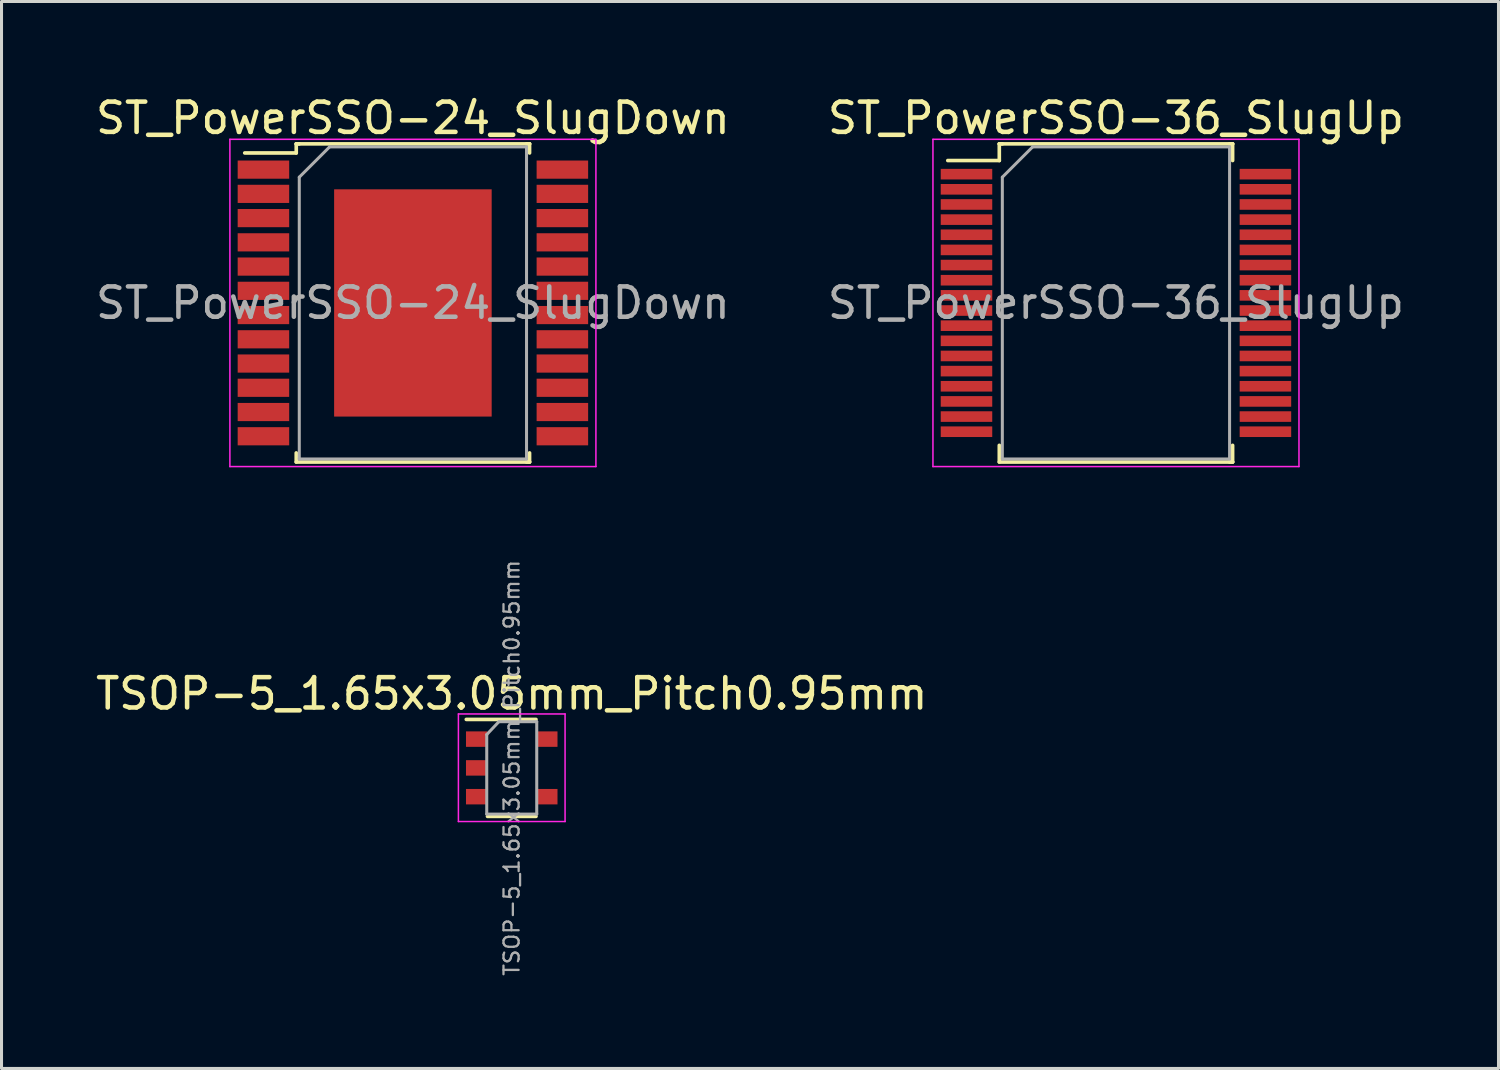
<source format=kicad_pcb>
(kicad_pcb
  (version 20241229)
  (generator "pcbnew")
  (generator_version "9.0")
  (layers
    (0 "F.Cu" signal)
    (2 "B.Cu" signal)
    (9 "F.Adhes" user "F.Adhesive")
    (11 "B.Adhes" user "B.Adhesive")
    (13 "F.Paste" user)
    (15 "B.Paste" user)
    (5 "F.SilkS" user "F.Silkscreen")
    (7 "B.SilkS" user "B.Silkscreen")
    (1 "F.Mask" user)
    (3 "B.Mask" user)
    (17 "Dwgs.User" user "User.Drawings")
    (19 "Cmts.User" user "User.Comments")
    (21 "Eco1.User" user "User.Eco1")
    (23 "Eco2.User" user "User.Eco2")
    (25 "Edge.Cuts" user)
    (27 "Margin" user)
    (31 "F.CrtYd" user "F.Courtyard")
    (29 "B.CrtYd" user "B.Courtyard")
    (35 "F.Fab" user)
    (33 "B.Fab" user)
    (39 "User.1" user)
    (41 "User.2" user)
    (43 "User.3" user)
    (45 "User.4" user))
  (footprint "ST_PowerSSO-24_SlugDown"
    (layer "F.Cu")
    (at 10.577 6.948)
    (property "Reference" "ST_PowerSSO-24_SlugDown" (at 0 -6.1 0) (layer "F.SilkS") (effects (font (size 1 1) (thickness 0.15))))
    (attr smd)
    (fp_line (start -3.85 -5.25) (end -3.85 -4.95) (stroke (width 0.12) (type solid)) (layer "F.SilkS"))
    (fp_line (start -3.85 -4.95) (end -5.55 -4.95) (stroke (width 0.12) (type solid)) (layer "F.SilkS"))
    (fp_line (start -3.85 5.25) (end -3.85 4.95) (stroke (width 0.12) (type solid)) (layer "F.SilkS"))
    (fp_line (start -3.75 -5.25) (end -3.85 -5.25) (stroke (width 0.12) (type solid)) (layer "F.SilkS"))
    (fp_line (start 3.75 -5.25) (end 3.85 -5.25) (stroke (width 0.12) (type solid)) (layer "F.SilkS"))
    (fp_line (start 3.75 5.25) (end 3.85 5.25) (stroke (width 0.12) (type solid)) (layer "F.SilkS"))
    (fp_line (start 3.85 -5.25) (end -3.85 -5.25) (stroke (width 0.12) (type solid)) (layer "F.SilkS"))
    (fp_line (start 3.85 -5.25) (end 3.85 -4.95) (stroke (width 0.12) (type solid)) (layer "F.SilkS"))
    (fp_line (start 3.85 5.25) (end -3.85 5.25) (stroke (width 0.12) (type solid)) (layer "F.SilkS"))
    (fp_line (start 3.85 5.25) (end 3.85 4.95) (stroke (width 0.12) (type solid)) (layer "F.SilkS"))
    (fp_line (start -6.04 -5.4) (end -6.04 5.4) (stroke (width 0.05) (type solid)) (layer "F.CrtYd"))
    (fp_line (start -6.04 -5.4) (end 6.04 -5.4) (stroke (width 0.05) (type solid)) (layer "F.CrtYd"))
    (fp_line (start 6.04 5.4) (end -6.04 5.4) (stroke (width 0.05) (type solid)) (layer "F.CrtYd"))
    (fp_line (start 6.04 5.4) (end 6.04 -5.4) (stroke (width 0.05) (type solid)) (layer "F.CrtYd"))
    (fp_line (start -3.75 -4.15) (end -3.75 5.15) (stroke (width 0.1) (type solid)) (layer "F.Fab"))
    (fp_line (start -3.75 5.15) (end 3.75 5.15) (stroke (width 0.1) (type solid)) (layer "F.Fab"))
    (fp_line (start -2.75 -5.15) (end -3.75 -4.15) (stroke (width 0.1) (type solid)) (layer "F.Fab"))
    (fp_line (start 3.75 -5.15) (end -2.75 -5.15) (stroke (width 0.1) (type solid)) (layer "F.Fab"))
    (fp_line (start 3.75 5.15) (end 3.75 -5.15) (stroke (width 0.1) (type solid)) (layer "F.Fab"))
    (fp_text user "${REFERENCE}" (at 0 0 0) (layer "F.Fab") (effects (font (size 1 1) (thickness 0.15))))
    (pad "1" smd rect (at -4.933 -4.4) (size 1.7 0.6) (layers "F.Cu" "F.Mask" "F.Paste"))
    (pad "2" smd rect (at -4.933 -3.6) (size 1.7 0.6) (layers "F.Cu" "F.Mask" "F.Paste"))
    (pad "3" smd rect (at -4.933 -2.8) (size 1.7 0.6) (layers "F.Cu" "F.Mask" "F.Paste"))
    (pad "4" smd rect (at -4.933 -2) (size 1.7 0.6) (layers "F.Cu" "F.Mask" "F.Paste"))
    (pad "5" smd rect (at -4.933 -1.2) (size 1.7 0.6) (layers "F.Cu" "F.Mask" "F.Paste"))
    (pad "6" smd rect (at -4.933 -0.4) (size 1.7 0.6) (layers "F.Cu" "F.Mask" "F.Paste"))
    (pad "7" smd rect (at -4.933 0.4) (size 1.7 0.6) (layers "F.Cu" "F.Mask" "F.Paste"))
    (pad "8" smd rect (at -4.933 1.2) (size 1.7 0.6) (layers "F.Cu" "F.Mask" "F.Paste"))
    (pad "9" smd rect (at -4.933 2) (size 1.7 0.6) (layers "F.Cu" "F.Mask" "F.Paste"))
    (pad "10" smd rect (at -4.933 2.8) (size 1.7 0.6) (layers "F.Cu" "F.Mask" "F.Paste"))
    (pad "11" smd rect (at -4.933 3.6) (size 1.7 0.6) (layers "F.Cu" "F.Mask" "F.Paste"))
    (pad "12" smd rect (at -4.933 4.4) (size 1.7 0.6) (layers "F.Cu" "F.Mask" "F.Paste"))
    (pad "13" smd rect (at 4.933 4.4) (size 1.7 0.6) (layers "F.Cu" "F.Mask" "F.Paste"))
    (pad "14" smd rect (at 4.933 3.6) (size 1.7 0.6) (layers "F.Cu" "F.Mask" "F.Paste"))
    (pad "15" smd rect (at 4.933 2.8) (size 1.7 0.6) (layers "F.Cu" "F.Mask" "F.Paste"))
    (pad "16" smd rect (at 4.933 2) (size 1.7 0.6) (layers "F.Cu" "F.Mask" "F.Paste"))
    (pad "17" smd rect (at 4.933 1.2) (size 1.7 0.6) (layers "F.Cu" "F.Mask" "F.Paste"))
    (pad "18" smd rect (at 4.933 0.4) (size 1.7 0.6) (layers "F.Cu" "F.Mask" "F.Paste"))
    (pad "19" smd rect (at 4.933 -0.4) (size 1.7 0.6) (layers "F.Cu" "F.Mask" "F.Paste"))
    (pad "20" smd rect (at 4.933 -1.2) (size 1.7 0.6) (layers "F.Cu" "F.Mask" "F.Paste"))
    (pad "21" smd rect (at 4.933 -2) (size 1.7 0.6) (layers "F.Cu" "F.Mask" "F.Paste"))
    (pad "22" smd rect (at 4.933 -2.8) (size 1.7 0.6) (layers "F.Cu" "F.Mask" "F.Paste"))
    (pad "23" smd rect (at 4.933 -3.6) (size 1.7 0.6) (layers "F.Cu" "F.Mask" "F.Paste"))
    (pad "24" smd rect (at 4.933 -4.4) (size 1.7 0.6) (layers "F.Cu" "F.Mask" "F.Paste"))
    (pad "25" smd rect (at 0 0) (size 5.2 7.5) (layers "F.Cu" "F.Mask" "F.Paste")))
  (footprint "ST_PowerSSO-36_SlugUp"
    (layer "F.Cu")
    (at 33.78 6.948)
    (property "Reference" "ST_PowerSSO-36_SlugUp" (at 0 -6.1 0) (layer "F.SilkS") (effects (font (size 1 1) (thickness 0.15))))
    (attr smd)
    (fp_line (start -3.85 -5.25) (end -3.85 -4.7) (stroke (width 0.12) (type solid)) (layer "F.SilkS"))
    (fp_line (start -3.85 -4.7) (end -5.55 -4.7) (stroke (width 0.12) (type solid)) (layer "F.SilkS"))
    (fp_line (start -3.85 5.25) (end -3.85 4.7) (stroke (width 0.12) (type solid)) (layer "F.SilkS"))
    (fp_line (start -3.75 -5.25) (end -3.85 -5.25) (stroke (width 0.12) (type solid)) (layer "F.SilkS"))
    (fp_line (start 3.75 -5.25) (end 3.85 -5.25) (stroke (width 0.12) (type solid)) (layer "F.SilkS"))
    (fp_line (start 3.75 5.25) (end 3.85 5.25) (stroke (width 0.12) (type solid)) (layer "F.SilkS"))
    (fp_line (start 3.85 -5.25) (end -3.85 -5.25) (stroke (width 0.12) (type solid)) (layer "F.SilkS"))
    (fp_line (start 3.85 -5.25) (end 3.85 -4.7) (stroke (width 0.12) (type solid)) (layer "F.SilkS"))
    (fp_line (start 3.85 5.25) (end -3.85 5.25) (stroke (width 0.12) (type solid)) (layer "F.SilkS"))
    (fp_line (start 3.85 5.25) (end 3.85 4.7) (stroke (width 0.12) (type solid)) (layer "F.SilkS"))
    (fp_line (start -6.04 -5.4) (end -6.04 5.4) (stroke (width 0.05) (type solid)) (layer "F.CrtYd"))
    (fp_line (start -6.04 -5.4) (end 6.04 -5.4) (stroke (width 0.05) (type solid)) (layer "F.CrtYd"))
    (fp_line (start 6.04 5.4) (end -6.04 5.4) (stroke (width 0.05) (type solid)) (layer "F.CrtYd"))
    (fp_line (start 6.04 5.4) (end 6.04 -5.4) (stroke (width 0.05) (type solid)) (layer "F.CrtYd"))
    (fp_line (start -3.75 -4.15) (end -3.75 5.15) (stroke (width 0.1) (type solid)) (layer "F.Fab"))
    (fp_line (start -3.75 5.15) (end 3.75 5.15) (stroke (width 0.1) (type solid)) (layer "F.Fab"))
    (fp_line (start -2.75 -5.15) (end -3.75 -4.15) (stroke (width 0.1) (type solid)) (layer "F.Fab"))
    (fp_line (start 3.75 -5.15) (end -2.75 -5.15) (stroke (width 0.1) (type solid)) (layer "F.Fab"))
    (fp_line (start 3.75 5.15) (end 3.75 -5.15) (stroke (width 0.1) (type solid)) (layer "F.Fab"))
    (fp_text user "${REFERENCE}" (at 0 0 0) (layer "F.Fab") (effects (font (size 1 1) (thickness 0.15))))
    (pad "1" smd rect (at -4.933 -4.25) (size 1.7 0.35) (layers "F.Cu" "F.Mask" "F.Paste"))
    (pad "2" smd rect (at -4.933 -3.75) (size 1.7 0.35) (layers "F.Cu" "F.Mask" "F.Paste"))
    (pad "3" smd rect (at -4.933 -3.25) (size 1.7 0.35) (layers "F.Cu" "F.Mask" "F.Paste"))
    (pad "4" smd rect (at -4.933 -2.75) (size 1.7 0.35) (layers "F.Cu" "F.Mask" "F.Paste"))
    (pad "5" smd rect (at -4.933 -2.25) (size 1.7 0.35) (layers "F.Cu" "F.Mask" "F.Paste"))
    (pad "6" smd rect (at -4.933 -1.75) (size 1.7 0.35) (layers "F.Cu" "F.Mask" "F.Paste"))
    (pad "7" smd rect (at -4.933 -1.25) (size 1.7 0.35) (layers "F.Cu" "F.Mask" "F.Paste"))
    (pad "8" smd rect (at -4.933 -0.75) (size 1.7 0.35) (layers "F.Cu" "F.Mask" "F.Paste"))
    (pad "9" smd rect (at -4.933 -0.25) (size 1.7 0.35) (layers "F.Cu" "F.Mask" "F.Paste"))
    (pad "10" smd rect (at -4.933 0.25) (size 1.7 0.35) (layers "F.Cu" "F.Mask" "F.Paste"))
    (pad "11" smd rect (at -4.933 0.75) (size 1.7 0.35) (layers "F.Cu" "F.Mask" "F.Paste"))
    (pad "12" smd rect (at -4.933 1.25) (size 1.7 0.35) (layers "F.Cu" "F.Mask" "F.Paste"))
    (pad "13" smd rect (at -4.933 1.75) (size 1.7 0.35) (layers "F.Cu" "F.Mask" "F.Paste"))
    (pad "14" smd rect (at -4.933 2.25) (size 1.7 0.35) (layers "F.Cu" "F.Mask" "F.Paste"))
    (pad "15" smd rect (at -4.933 2.75) (size 1.7 0.35) (layers "F.Cu" "F.Mask" "F.Paste"))
    (pad "16" smd rect (at -4.933 3.25) (size 1.7 0.35) (layers "F.Cu" "F.Mask" "F.Paste"))
    (pad "17" smd rect (at -4.933 3.75) (size 1.7 0.35) (layers "F.Cu" "F.Mask" "F.Paste"))
    (pad "18" smd rect (at -4.933 4.25) (size 1.7 0.35) (layers "F.Cu" "F.Mask" "F.Paste"))
    (pad "19" smd rect (at 4.933 4.25) (size 1.7 0.35) (layers "F.Cu" "F.Mask" "F.Paste"))
    (pad "20" smd rect (at 4.933 3.75) (size 1.7 0.35) (layers "F.Cu" "F.Mask" "F.Paste"))
    (pad "21" smd rect (at 4.933 3.25) (size 1.7 0.35) (layers "F.Cu" "F.Mask" "F.Paste"))
    (pad "22" smd rect (at 4.933 2.75) (size 1.7 0.35) (layers "F.Cu" "F.Mask" "F.Paste"))
    (pad "23" smd rect (at 4.933 2.25) (size 1.7 0.35) (layers "F.Cu" "F.Mask" "F.Paste"))
    (pad "24" smd rect (at 4.933 1.75) (size 1.7 0.35) (layers "F.Cu" "F.Mask" "F.Paste"))
    (pad "25" smd rect (at 4.933 1.25) (size 1.7 0.35) (layers "F.Cu" "F.Mask" "F.Paste"))
    (pad "26" smd rect (at 4.933 0.75) (size 1.7 0.35) (layers "F.Cu" "F.Mask" "F.Paste"))
    (pad "27" smd rect (at 4.933 0.25) (size 1.7 0.35) (layers "F.Cu" "F.Mask" "F.Paste"))
    (pad "28" smd rect (at 4.933 -0.25) (size 1.7 0.35) (layers "F.Cu" "F.Mask" "F.Paste"))
    (pad "29" smd rect (at 4.933 -0.75) (size 1.7 0.35) (layers "F.Cu" "F.Mask" "F.Paste"))
    (pad "30" smd rect (at 4.933 -1.25) (size 1.7 0.35) (layers "F.Cu" "F.Mask" "F.Paste"))
    (pad "31" smd rect (at 4.933 -1.75) (size 1.7 0.35) (layers "F.Cu" "F.Mask" "F.Paste"))
    (pad "32" smd rect (at 4.933 -2.25) (size 1.7 0.35) (layers "F.Cu" "F.Mask" "F.Paste"))
    (pad "33" smd rect (at 4.933 -2.75) (size 1.7 0.35) (layers "F.Cu" "F.Mask" "F.Paste"))
    (pad "34" smd rect (at 4.933 -3.25) (size 1.7 0.35) (layers "F.Cu" "F.Mask" "F.Paste"))
    (pad "35" smd rect (at 4.933 -3.75) (size 1.7 0.35) (layers "F.Cu" "F.Mask" "F.Paste"))
    (pad "36" smd rect (at 4.933 -4.25) (size 1.7 0.35) (layers "F.Cu" "F.Mask" "F.Paste")))
  (footprint "TSOP-5_1.65x3.05mm_Pitch0.95mm"
    (layer "F.Cu")
    (at 13.839 22.293)
    (property "Reference" "TSOP-5_1.65x3.05mm_Pitch0.95mm" (at 0 -2.45 0) (layer "F.SilkS") (effects (font (size 1 1) (thickness 0.15))))
    (attr smd)
    (fp_line (start -0.8 1.6) (end 0.8 1.6) (stroke (width 0.12) (type solid)) (layer "F.SilkS"))
    (fp_line (start 0.8 -1.6) (end -1.5 -1.6) (stroke (width 0.12) (type solid)) (layer "F.SilkS"))
    (fp_line (start -1.76 -1.78) (end -1.76 1.77) (stroke (width 0.05) (type solid)) (layer "F.CrtYd"))
    (fp_line (start -1.76 -1.78) (end 1.76 -1.78) (stroke (width 0.05) (type solid)) (layer "F.CrtYd"))
    (fp_line (start 1.76 1.77) (end -1.76 1.77) (stroke (width 0.05) (type solid)) (layer "F.CrtYd"))
    (fp_line (start 1.76 1.77) (end 1.76 -1.78) (stroke (width 0.05) (type solid)) (layer "F.CrtYd"))
    (fp_line (start -0.825 -1.1) (end -0.825 1.525) (stroke (width 0.1) (type solid)) (layer "F.Fab"))
    (fp_line (start -0.825 -1.1) (end -0.425 -1.525) (stroke (width 0.1) (type solid)) (layer "F.Fab"))
    (fp_line (start 0.825 -1.525) (end -0.425 -1.525) (stroke (width 0.1) (type solid)) (layer "F.Fab"))
    (fp_line (start 0.825 -1.525) (end 0.825 1.525) (stroke (width 0.1) (type solid)) (layer "F.Fab"))
    (fp_line (start 0.825 1.525) (end -0.825 1.525) (stroke (width 0.1) (type solid)) (layer "F.Fab"))
    (fp_text user "${REFERENCE}" (at 0 0 90) (layer "F.Fab") (effects (font (size 0.5 0.5) (thickness 0.075))))
    (pad "1" smd rect (at -1.16 -0.95) (size 0.7 0.51) (layers "F.Cu" "F.Mask" "F.Paste"))
    (pad "2" smd rect (at -1.16 0) (size 0.7 0.51) (layers "F.Cu" "F.Mask" "F.Paste"))
    (pad "3" smd rect (at -1.16 0.95) (size 0.7 0.51) (layers "F.Cu" "F.Mask" "F.Paste"))
    (pad "4" smd rect (at 1.16 0.95) (size 0.7 0.51) (layers "F.Cu" "F.Mask" "F.Paste"))
    (pad "6" smd rect (at 1.16 -0.95) (size 0.7 0.51) (layers "F.Cu" "F.Mask" "F.Paste")))
  (gr_rect
    (start -3 -3)
    (end 46.405 32.213)
    (stroke (width 0.1) (type default))
    (fill no)
    (layer "Edge.Cuts")))
</source>
